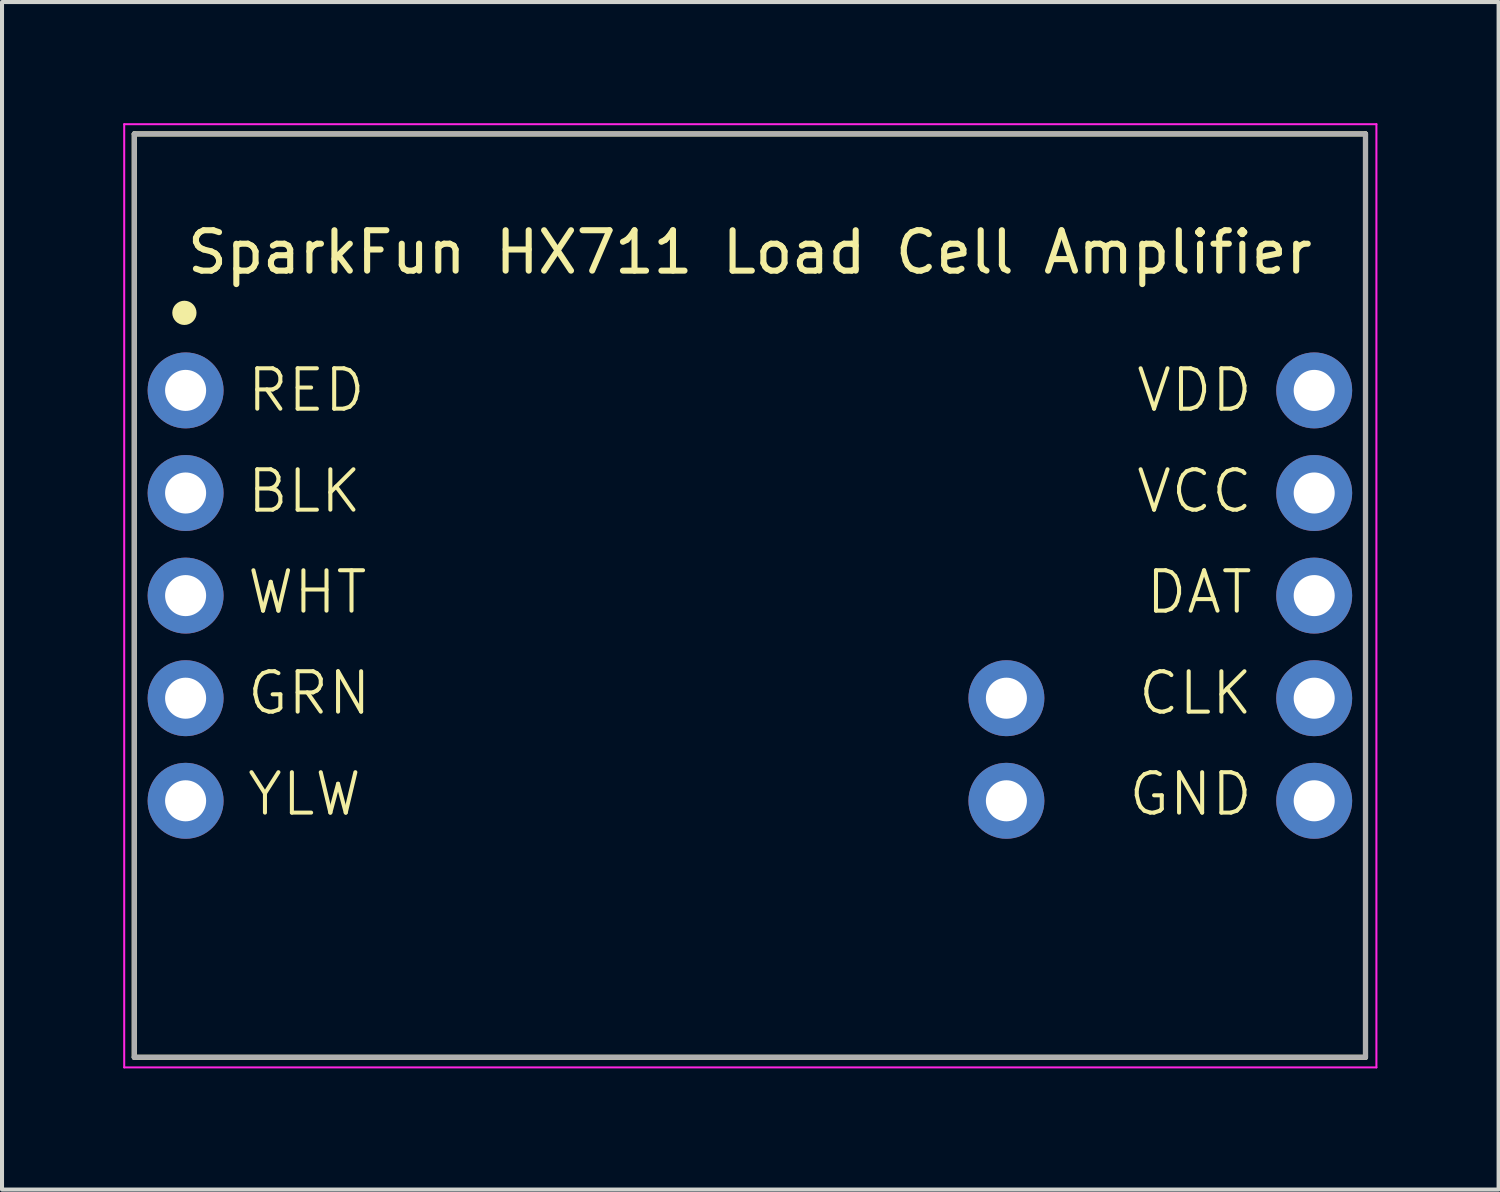
<source format=kicad_pcb>
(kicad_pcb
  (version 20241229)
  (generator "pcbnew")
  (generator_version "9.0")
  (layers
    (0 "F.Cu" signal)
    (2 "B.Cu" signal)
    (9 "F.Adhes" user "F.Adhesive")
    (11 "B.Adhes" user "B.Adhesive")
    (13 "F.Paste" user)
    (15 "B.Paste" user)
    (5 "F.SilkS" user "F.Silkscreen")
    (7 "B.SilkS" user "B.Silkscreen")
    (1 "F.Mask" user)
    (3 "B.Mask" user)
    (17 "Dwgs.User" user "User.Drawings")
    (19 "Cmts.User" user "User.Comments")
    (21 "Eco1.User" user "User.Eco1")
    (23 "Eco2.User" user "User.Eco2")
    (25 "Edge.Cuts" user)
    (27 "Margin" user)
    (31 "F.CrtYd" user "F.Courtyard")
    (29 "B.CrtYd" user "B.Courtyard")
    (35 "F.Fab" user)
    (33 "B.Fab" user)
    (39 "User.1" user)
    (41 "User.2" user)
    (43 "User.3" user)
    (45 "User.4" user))
  (footprint "SparkFun HX711 Load Cell Amplifier"
    (layer "F.Cu")
    (at 15.515 11.695)
    (property "Reference" "SparkFun HX711 Load Cell Amplifier" (at 0 -8.5 0) (layer "F.SilkS") (effects (font (size 1 1) (thickness 0.15))))
    (attr through_hole)
    (fp_line (start -15.24 -11.43) (end 15.24 -11.43) (stroke (width 0.127) (type solid)) (layer "F.SilkS"))
    (fp_line (start -15.24 11.43) (end -15.24 -11.43) (stroke (width 0.127) (type solid)) (layer "F.SilkS"))
    (fp_line (start 15.24 -11.43) (end 15.24 11.43) (stroke (width 0.127) (type solid)) (layer "F.SilkS"))
    (fp_line (start 15.24 11.43) (end -15.24 11.43) (stroke (width 0.127) (type solid)) (layer "F.SilkS"))
    (fp_circle (center -14 -7) (end -13.85 -7) (stroke (width 0.3) (type solid)) (fill no) (layer "F.SilkS"))
    (fp_line (start -15.49 -11.67) (end 15.51 -11.67) (stroke (width 0.05) (type solid)) (layer "F.CrtYd"))
    (fp_line (start -15.49 11.68) (end -15.49 -11.67) (stroke (width 0.05) (type solid)) (layer "F.CrtYd"))
    (fp_line (start 15.51 -11.67) (end 15.51 11.68) (stroke (width 0.05) (type solid)) (layer "F.CrtYd"))
    (fp_line (start 15.51 11.68) (end -15.49 11.68) (stroke (width 0.05) (type solid)) (layer "F.CrtYd"))
    (fp_line (start -15.24 -11.43) (end 15.24 -11.43) (stroke (width 0.127) (type solid)) (layer "F.Fab"))
    (fp_line (start -15.24 11.43) (end -15.24 -11.43) (stroke (width 0.127) (type solid)) (layer "F.Fab"))
    (fp_line (start 15.24 -11.43) (end 15.24 11.43) (stroke (width 0.127) (type solid)) (layer "F.Fab"))
    (fp_line (start 15.24 11.43) (end -15.24 11.43) (stroke (width 0.127) (type solid)) (layer "F.Fab"))
    (fp_text user "VCC" (at 12.5 -2 0) (unlocked yes) (layer "F.SilkS") (effects (font (size 1 1) (thickness 0.1)) (justify right bottom)))
    (fp_text user "GND" (at 12.5 5.5 0) (unlocked yes) (layer "F.SilkS") (effects (font (size 1 1) (thickness 0.1)) (justify right bottom)))
    (fp_text user "BLK" (at -12.5 -2 0) (unlocked yes) (layer "F.SilkS") (effects (font (size 1 1) (thickness 0.1)) (justify left bottom)))
    (fp_text user "YLW" (at -12.5 5.5 0) (unlocked yes) (layer "F.SilkS") (effects (font (size 1 1) (thickness 0.1)) (justify left bottom)))
    (fp_text user "CLK" (at 12.5 3 0) (unlocked yes) (layer "F.SilkS") (effects (font (size 1 1) (thickness 0.1)) (justify right bottom)))
    (fp_text user "WHT" (at -12.5 0.5 0) (unlocked yes) (layer "F.SilkS") (effects (font (size 1 1) (thickness 0.1)) (justify left bottom)))
    (fp_text user "RED" (at -12.5 -4.5 0) (unlocked yes) (layer "F.SilkS") (effects (font (size 1 1) (thickness 0.1)) (justify left bottom)))
    (fp_text user "VDD" (at 12.5 -4.5 0) (unlocked yes) (layer "F.SilkS") (effects (font (size 1 1) (thickness 0.1)) (justify right bottom)))
    (fp_text user "DAT" (at 12.5 0.5 0) (unlocked yes) (layer "F.SilkS") (effects (font (size 1 1) (thickness 0.1)) (justify right bottom)))
    (fp_text user "GRN" (at -12.5 3 0) (unlocked yes) (layer "F.SilkS") (effects (font (size 1 1) (thickness 0.1)) (justify left bottom)))
    (pad "1" thru_hole circle (at -13.97 -5.08) (size 1.88 1.88) (drill 1.016) (layers "*.Cu" "*.Mask"))
    (pad "2" thru_hole circle (at -13.97 -2.54) (size 1.88 1.88) (drill 1.016) (layers "*.Cu" "*.Mask"))
    (pad "3" thru_hole circle (at -13.97 0) (size 1.88 1.88) (drill 1.016) (layers "*.Cu" "*.Mask"))
    (pad "4" thru_hole circle (at -13.97 2.54) (size 1.88 1.88) (drill 1.016) (layers "*.Cu" "*.Mask"))
    (pad "5" thru_hole circle (at -13.97 5.08) (size 1.88 1.88) (drill 1.016) (layers "*.Cu" "*.Mask"))
    (pad "6" thru_hole circle (at 13.97 5.08) (size 1.88 1.88) (drill 1.016) (layers "*.Cu" "*.Mask"))
    (pad "7" thru_hole circle (at 13.97 2.54) (size 1.88 1.88) (drill 1.016) (layers "*.Cu" "*.Mask"))
    (pad "8" thru_hole circle (at 13.97 0) (size 1.88 1.88) (drill 1.016) (layers "*.Cu" "*.Mask"))
    (pad "9" thru_hole circle (at 13.97 -2.54) (size 1.88 1.88) (drill 1.016) (layers "*.Cu" "*.Mask"))
    (pad "10" thru_hole circle (at 13.97 -5.08) (size 1.88 1.88) (drill 1.016) (layers "*.Cu" "*.Mask"))
    (pad "11" thru_hole circle (at 6.35 2.54) (size 1.88 1.88) (drill 1.016) (layers "*.Cu" "*.Mask"))
    (pad "12" thru_hole circle (at 6.35 5.08) (size 1.88 1.88) (drill 1.016) (layers "*.Cu" "*.Mask")))
  (gr_rect
    (start -3 -3)
    (end 34.05 26.4)
    (stroke (width 0.1) (type default))
    (fill no)
    (layer "Edge.Cuts")))
</source>
